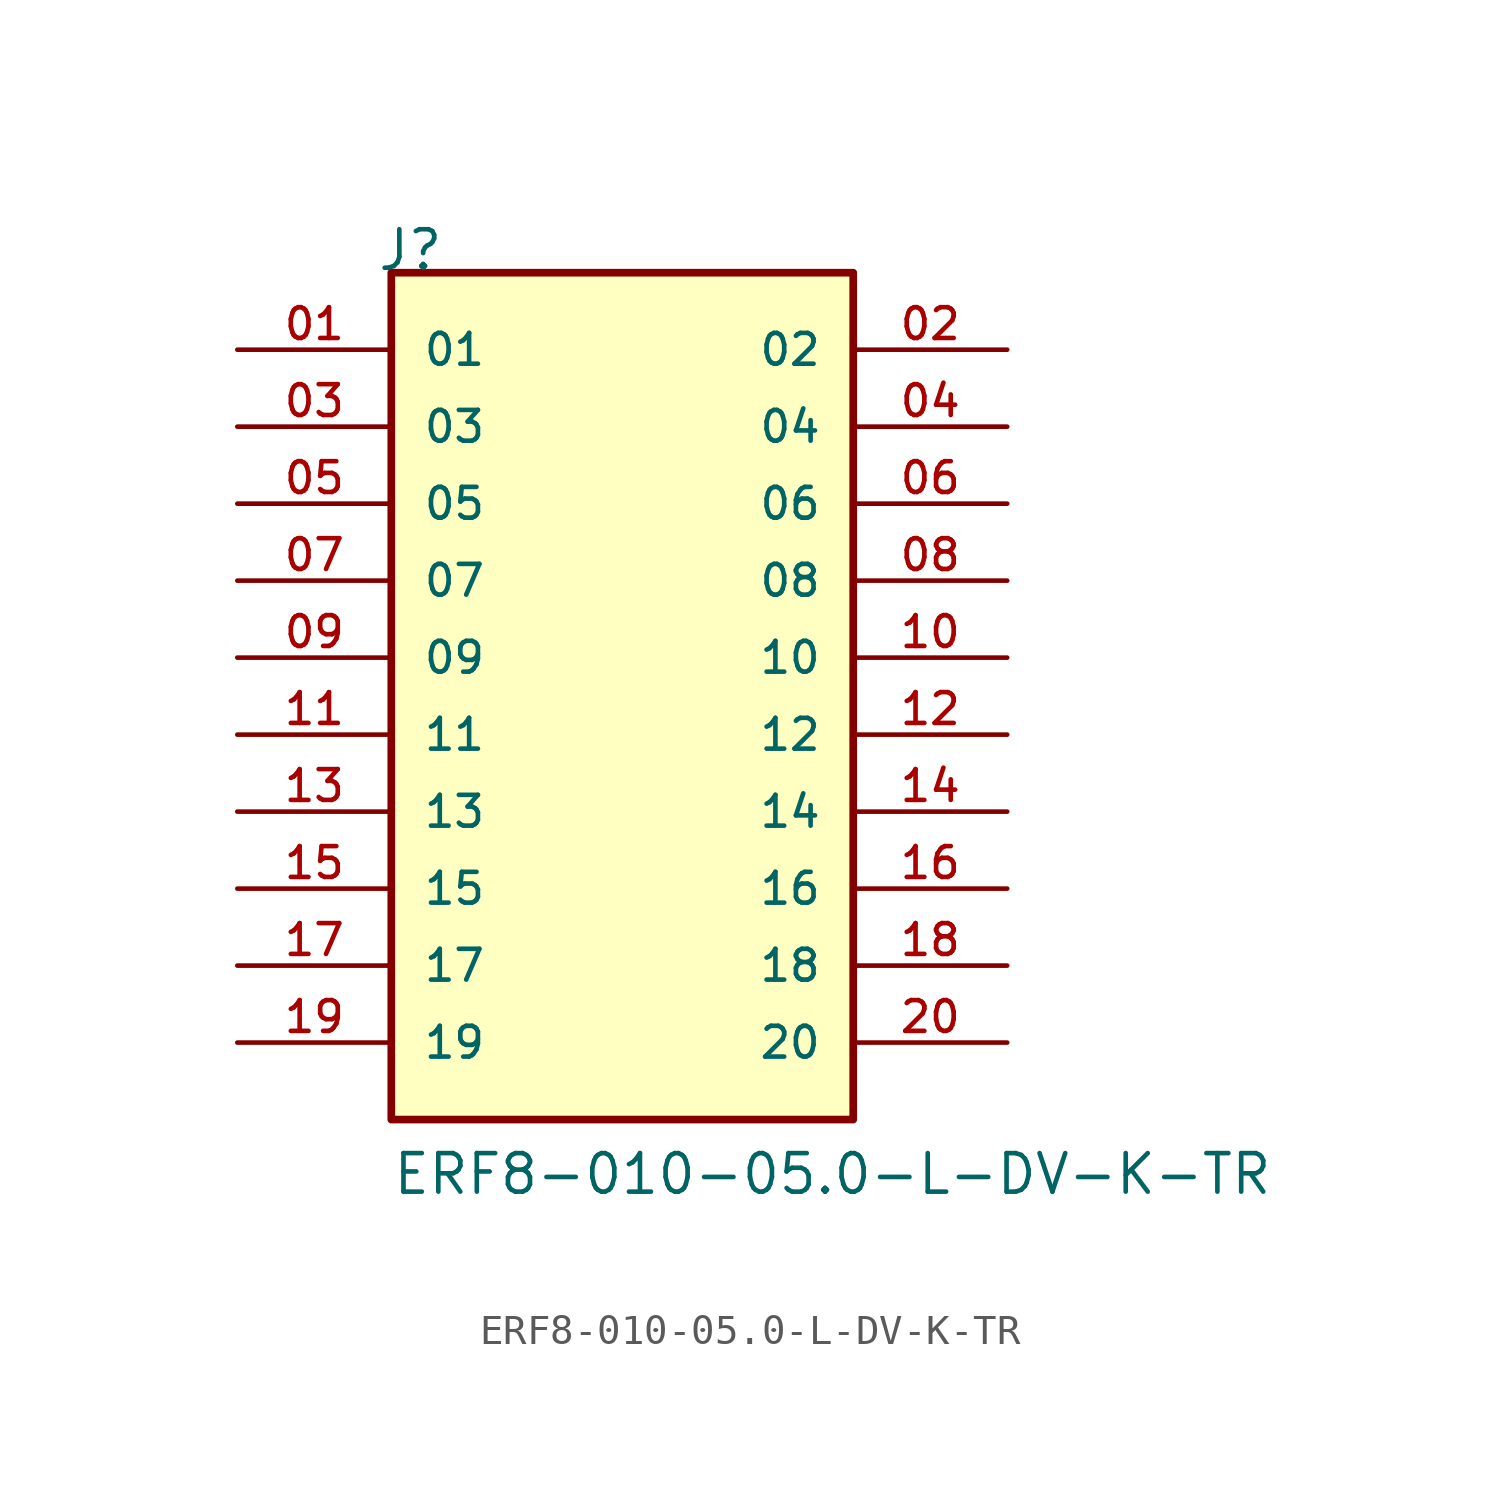
<source format=kicad_sym>
(kicad_symbol_lib
  (version 20211014)
  (generator kicad_symbol_editor)
  (symbol "ERF8-010-05.0-L-DV-K-TR"
    (pin_names
      (offset 1.016))
    (property "Reference" "J"
      (at -8.12 15.24 0)
      (effects (font (size 1.27 1.27)) (justify bottom left)))
    (property "Value" "ERF8-010-05.0-L-DV-K-TR"
      (at -7.62 -15.24 0)
      (effects (font (size 1.27 1.27)) (justify bottom left)))
    (symbol "ERF8-010-05.0-L-DV-K-TR_0_0"
      (rectangle (start -7.62 -12.7) (end 7.62 15.24) (stroke (width 0.254)) (fill (type background)))
      (pin passive line (at -12.7 12.7 0) (length 5.08) (name "01" (effects (font (size 1.016 1.016)))) (number "01" (effects (font (size 1.016 1.016)))))
      (pin passive line (at 12.7 12.7 180.0) (length 5.08) (name "02" (effects (font (size 1.016 1.016)))) (number "02" (effects (font (size 1.016 1.016)))))
      (pin passive line (at -12.7 10.16 0) (length 5.08) (name "03" (effects (font (size 1.016 1.016)))) (number "03" (effects (font (size 1.016 1.016)))))
      (pin passive line (at 12.7 10.16 180.0) (length 5.08) (name "04" (effects (font (size 1.016 1.016)))) (number "04" (effects (font (size 1.016 1.016)))))
      (pin passive line (at -12.7 7.62 0) (length 5.08) (name "05" (effects (font (size 1.016 1.016)))) (number "05" (effects (font (size 1.016 1.016)))))
      (pin passive line (at 12.7 7.62 180.0) (length 5.08) (name "06" (effects (font (size 1.016 1.016)))) (number "06" (effects (font (size 1.016 1.016)))))
      (pin passive line (at -12.7 5.08 0) (length 5.08) (name "07" (effects (font (size 1.016 1.016)))) (number "07" (effects (font (size 1.016 1.016)))))
      (pin passive line (at 12.7 5.08 180.0) (length 5.08) (name "08" (effects (font (size 1.016 1.016)))) (number "08" (effects (font (size 1.016 1.016)))))
      (pin passive line (at -12.7 2.54 0) (length 5.08) (name "09" (effects (font (size 1.016 1.016)))) (number "09" (effects (font (size 1.016 1.016)))))
      (pin passive line (at 12.7 2.54 180.0) (length 5.08) (name "10" (effects (font (size 1.016 1.016)))) (number "10" (effects (font (size 1.016 1.016)))))
      (pin passive line (at -12.7 0.0 0) (length 5.08) (name "11" (effects (font (size 1.016 1.016)))) (number "11" (effects (font (size 1.016 1.016)))))
      (pin passive line (at 12.7 0.0 180.0) (length 5.08) (name "12" (effects (font (size 1.016 1.016)))) (number "12" (effects (font (size 1.016 1.016)))))
      (pin passive line (at -12.7 -2.54 0) (length 5.08) (name "13" (effects (font (size 1.016 1.016)))) (number "13" (effects (font (size 1.016 1.016)))))
      (pin passive line (at 12.7 -2.54 180.0) (length 5.08) (name "14" (effects (font (size 1.016 1.016)))) (number "14" (effects (font (size 1.016 1.016)))))
      (pin passive line (at -12.7 -5.08 0) (length 5.08) (name "15" (effects (font (size 1.016 1.016)))) (number "15" (effects (font (size 1.016 1.016)))))
      (pin passive line (at 12.7 -5.08 180.0) (length 5.08) (name "16" (effects (font (size 1.016 1.016)))) (number "16" (effects (font (size 1.016 1.016)))))
      (pin passive line (at -12.7 -7.62 0) (length 5.08) (name "17" (effects (font (size 1.016 1.016)))) (number "17" (effects (font (size 1.016 1.016)))))
      (pin passive line (at 12.7 -7.62 180.0) (length 5.08) (name "18" (effects (font (size 1.016 1.016)))) (number "18" (effects (font (size 1.016 1.016)))))
      (pin passive line (at -12.7 -10.16 0) (length 5.08) (name "19" (effects (font (size 1.016 1.016)))) (number "19" (effects (font (size 1.016 1.016)))))
      (pin passive line (at 12.7 -10.16 180.0) (length 5.08) (name "20" (effects (font (size 1.016 1.016)))) (number "20" (effects (font (size 1.016 1.016))))))))
</source>
